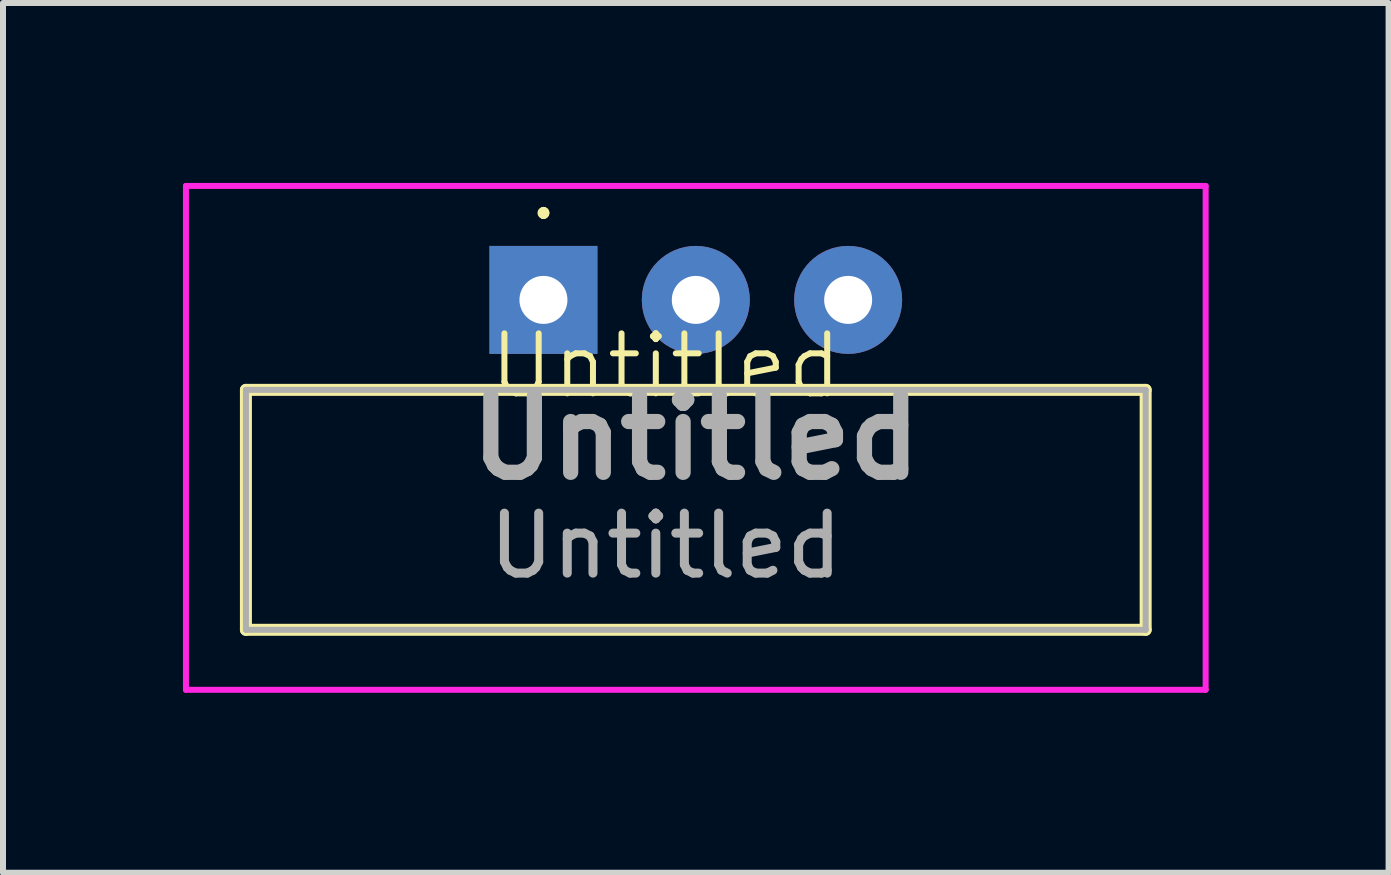
<source format=kicad_pcb>
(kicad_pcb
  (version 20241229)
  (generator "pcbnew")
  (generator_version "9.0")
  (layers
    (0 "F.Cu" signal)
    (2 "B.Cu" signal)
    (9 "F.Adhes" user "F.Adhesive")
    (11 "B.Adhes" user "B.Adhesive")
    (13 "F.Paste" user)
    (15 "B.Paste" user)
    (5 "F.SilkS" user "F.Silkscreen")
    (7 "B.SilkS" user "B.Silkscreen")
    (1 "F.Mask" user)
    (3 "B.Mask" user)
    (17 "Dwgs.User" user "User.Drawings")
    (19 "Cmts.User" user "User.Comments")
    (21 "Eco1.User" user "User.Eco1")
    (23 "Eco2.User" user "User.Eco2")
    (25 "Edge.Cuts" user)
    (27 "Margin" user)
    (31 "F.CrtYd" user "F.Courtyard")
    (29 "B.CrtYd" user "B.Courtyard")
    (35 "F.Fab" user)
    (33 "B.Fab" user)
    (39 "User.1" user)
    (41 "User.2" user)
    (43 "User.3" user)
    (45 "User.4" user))
  (footprint "Untitled"
    (layer "F.Cu")
    (at 8.05 3.55)
    (property "Reference" "Untitled" (at 0 -0.5 0) (unlocked yes) (layer "F.SilkS") (effects (font (size 1 1) (thickness 0.1))))
    (attr through_hole)
    (fp_line (start -7 -0.1) (end 8 -0.1) (stroke (width 0.2) (type solid)) (layer "F.SilkS"))
    (fp_line (start -7 3.9) (end -7 -0.1) (stroke (width 0.2) (type solid)) (layer "F.SilkS"))
    (fp_line (start -2.04 -3.1) (end -2.04 -3.1) (stroke (width 0.1) (type solid)) (layer "F.SilkS"))
    (fp_line (start -2.04 -3) (end -2.04 -3) (stroke (width 0.1) (type solid)) (layer "F.SilkS"))
    (fp_line (start -2.04 -3) (end -2.04 -3) (stroke (width 0.1) (type solid)) (layer "F.SilkS"))
    (fp_line (start 8 -0.1) (end 8 3.9) (stroke (width 0.2) (type solid)) (layer "F.SilkS"))
    (fp_line (start 8 3.9) (end -7 3.9) (stroke (width 0.2) (type solid)) (layer "F.SilkS"))
    (fp_arc (start -2.04 -3.1) (mid -1.99 -3.05) (end -2.04 -3) (stroke (width 0.1) (type solid)) (layer "F.SilkS"))
    (fp_arc (start -2.04 -3.1) (mid -1.99 -3.05) (end -2.04 -3) (stroke (width 0.1) (type solid)) (layer "F.SilkS"))
    (fp_arc (start -2.04 -3) (mid -2.09 -3.05) (end -2.04 -3.1) (stroke (width 0.1) (type solid)) (layer "F.SilkS"))
    (fp_line (start -8 -3.5) (end 9 -3.5) (stroke (width 0.1) (type solid)) (layer "F.CrtYd"))
    (fp_line (start -8 4.9) (end -8 -3.5) (stroke (width 0.1) (type solid)) (layer "F.CrtYd"))
    (fp_line (start 9 -3.5) (end 9 4.9) (stroke (width 0.1) (type solid)) (layer "F.CrtYd"))
    (fp_line (start 9 4.9) (end -8 4.9) (stroke (width 0.1) (type solid)) (layer "F.CrtYd"))
    (fp_line (start -7 -0.1) (end -7 3.9) (stroke (width 0.1) (type solid)) (layer "F.Fab"))
    (fp_line (start -7 3.9) (end 8 3.9) (stroke (width 0.1) (type solid)) (layer "F.Fab"))
    (fp_line (start 8 -0.1) (end -7 -0.1) (stroke (width 0.1) (type solid)) (layer "F.Fab"))
    (fp_line (start 8 3.9) (end 8 -0.1) (stroke (width 0.1) (type solid)) (layer "F.Fab"))
    (fp_text user "${REFERENCE}" (at 0.5 0.7 0) (layer "F.Fab") (effects (font (size 1.27 1.27) (thickness 0.254))))
    (fp_text user "${REFERENCE}" (at 0 2.5 0) (unlocked yes) (layer "F.Fab") (effects (font (size 1 1) (thickness 0.15))))
    (pad "1" thru_hole rect (at -2.04 -1.6) (size 1.8 1.8) (drill 0.8) (layers "*.Cu" "*.Mask"))
    (pad "2" thru_hole circle (at 0.5 -1.6) (size 1.8 1.8) (drill 0.8) (layers "*.Cu" "*.Mask"))
    (pad "3" thru_hole circle (at 3.04 -1.6) (size 1.8 1.8) (drill 0.8) (layers "*.Cu" "*.Mask")))
  (gr_rect
    (start -3 -3)
    (end 20.1 11.5)
    (stroke (width 0.1) (type default))
    (fill no)
    (layer "Edge.Cuts")))
</source>
